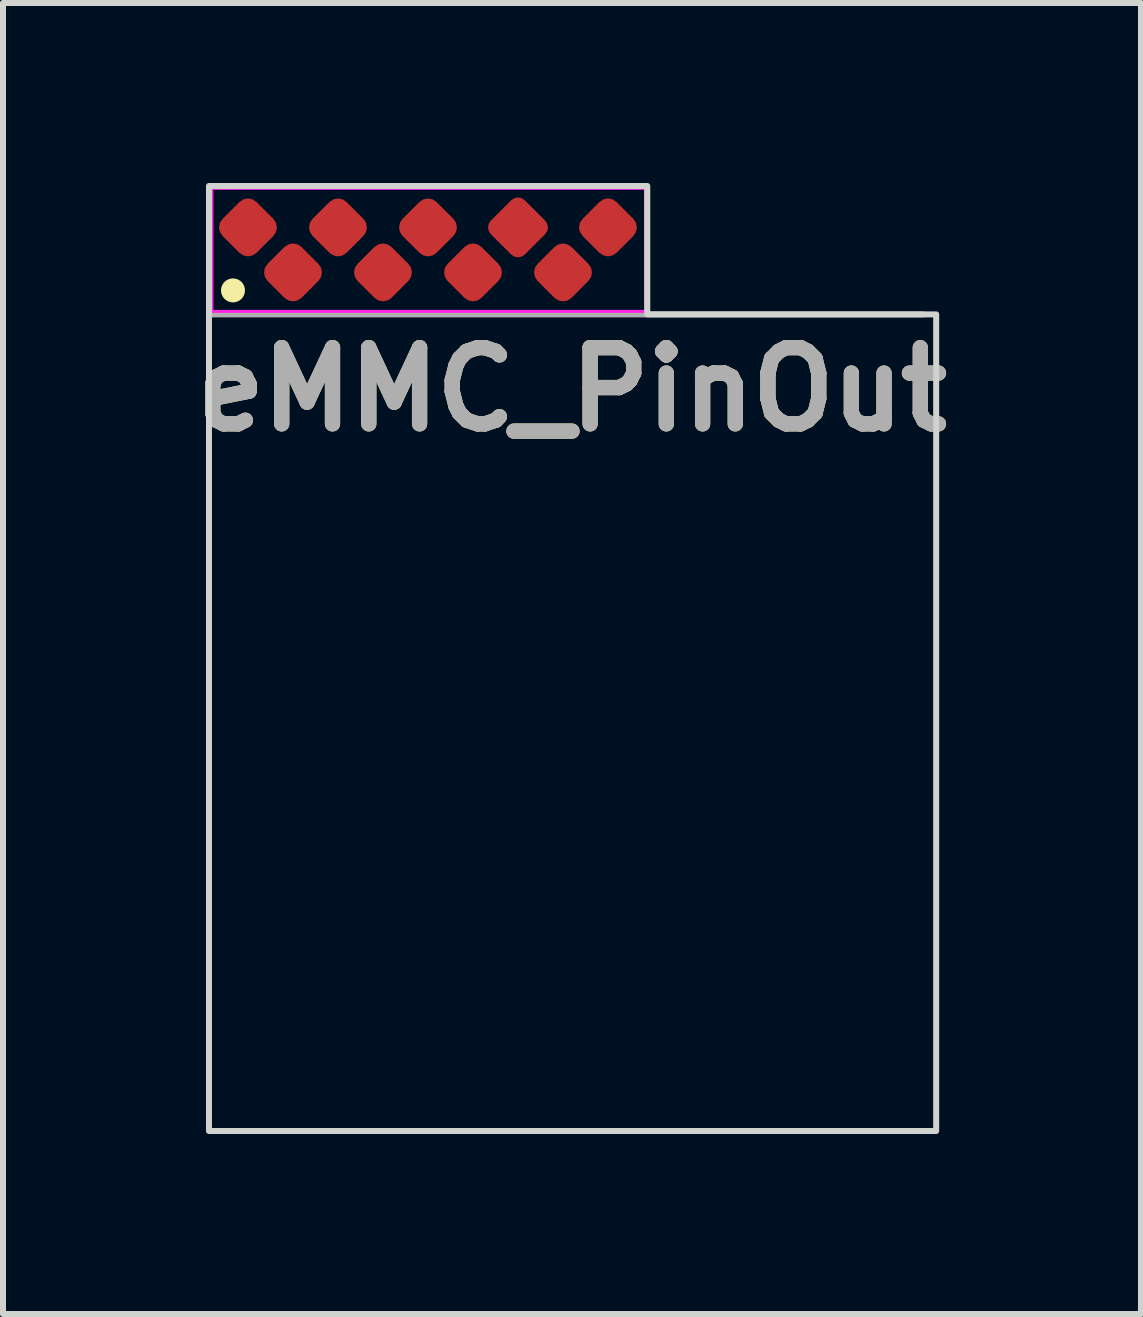
<source format=kicad_pcb>
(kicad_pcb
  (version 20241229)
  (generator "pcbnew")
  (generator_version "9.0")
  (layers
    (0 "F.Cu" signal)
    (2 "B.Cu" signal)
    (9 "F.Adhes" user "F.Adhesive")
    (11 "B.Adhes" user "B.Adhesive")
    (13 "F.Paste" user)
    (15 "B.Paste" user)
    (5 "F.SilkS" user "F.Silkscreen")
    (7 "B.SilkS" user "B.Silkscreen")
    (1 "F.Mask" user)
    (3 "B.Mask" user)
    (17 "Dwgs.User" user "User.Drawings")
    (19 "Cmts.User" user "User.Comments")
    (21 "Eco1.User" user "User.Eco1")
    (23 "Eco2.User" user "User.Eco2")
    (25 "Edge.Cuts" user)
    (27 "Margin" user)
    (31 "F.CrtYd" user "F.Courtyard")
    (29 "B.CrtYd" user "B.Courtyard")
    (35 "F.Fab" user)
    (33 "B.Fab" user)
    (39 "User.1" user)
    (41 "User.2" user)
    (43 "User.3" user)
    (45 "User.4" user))
  (footprint "eMMC_PinOut"
    (layer "F.Cu")
    (at 6.483 8.94)
    (property "Reference" "eMMC_PinOut" (at 0 -5.5 0) (layer "F.SilkS") (effects (font (size 1.27 1.27) (thickness 0.254))))
    (attr smd)
    (fp_circle (center -5.65 -7.15) (end -5.65 -7.05) (stroke (width 0.2) (type solid)) (fill no) (layer "F.SilkS"))
    (fp_poly (pts (xy -6.05 -8.89) (xy 1.255 -8.89) (xy 1.255 -6.75) (xy 6.07 -6.75) (xy 6.07 6.86) (xy -6.05 6.86) (xy -6.05 3.01) (xy -6.05 2.82) (xy -6.05 -6.75) (xy -6.05 -6.8)) (stroke (width 0.1) (type solid)) (fill no) (layer "Edge.Cuts"))
    (fp_line (start -6 -6.8) (end -6 -8.85) (stroke (width 0.05) (type solid)) (layer "F.CrtYd"))
    (fp_line (start -6 -6.8) (end 1.225 -6.8) (stroke (width 0.05) (type solid)) (layer "F.CrtYd"))
    (fp_line (start 1.225 -8.85) (end -6 -8.85) (stroke (width 0.05) (type solid)) (layer "F.CrtYd"))
    (fp_line (start 1.225 -8.85) (end 1.225 -6.8) (stroke (width 0.05) (type solid)) (layer "F.CrtYd"))
    (fp_line (start 5.85 -6.75) (end -6.05 -6.75) (stroke (width 0.1) (type solid)) (layer "F.Fab"))
    (fp_text user "${REFERENCE}" (at 0 -5.5 0) (layer "F.Fab") (effects (font (size 1.27 1.27) (thickness 0.254))))
    (pad "1" smd roundrect (at -5.4 -8.2 45) (size 0.8 0.8) (layers "F.Cu" "F.Mask" "F.Paste") (roundrect_rratio 0.25))
    (pad "2" smd roundrect (at -4.65 -7.45 45) (size 0.8 0.8) (layers "F.Cu" "F.Mask" "F.Paste") (roundrect_rratio 0.25))
    (pad "3" smd roundrect (at -3.9 -8.2 45) (size 0.8 0.8) (layers "F.Cu" "F.Mask" "F.Paste") (roundrect_rratio 0.25))
    (pad "4" smd roundrect (at -3.15 -7.45 45) (size 0.8 0.8) (layers "F.Cu" "F.Mask" "F.Paste") (roundrect_rratio 0.25))
    (pad "5" smd roundrect (at -2.4 -8.2 45) (size 0.8 0.8) (layers "F.Cu" "F.Mask" "F.Paste") (roundrect_rratio 0.25))
    (pad "6" smd roundrect (at -1.65 -7.45 45) (size 0.8 0.8) (layers "F.Cu" "F.Mask" "F.Paste") (roundrect_rratio 0.25))
    (pad "7" smd roundrect (at -0.9 -8.2 45) (size 0.8 0.8) (layers "F.Cu" "F.Mask" "F.Paste") (roundrect_rratio 0.2))
    (pad "8" smd roundrect (at -0.15 -7.45 45) (size 0.8 0.8) (layers "F.Cu" "F.Mask" "F.Paste") (roundrect_rratio 0.25))
    (pad "9" smd roundrect (at 0.6 -8.2 45) (size 0.8 0.8) (layers "F.Cu" "F.Mask" "F.Paste") (roundrect_rratio 0.25)))
  (gr_rect
    (start -3 -3)
    (end 15.966 18.85)
    (stroke (width 0.1) (type default))
    (fill no)
    (layer "Edge.Cuts")))
</source>
